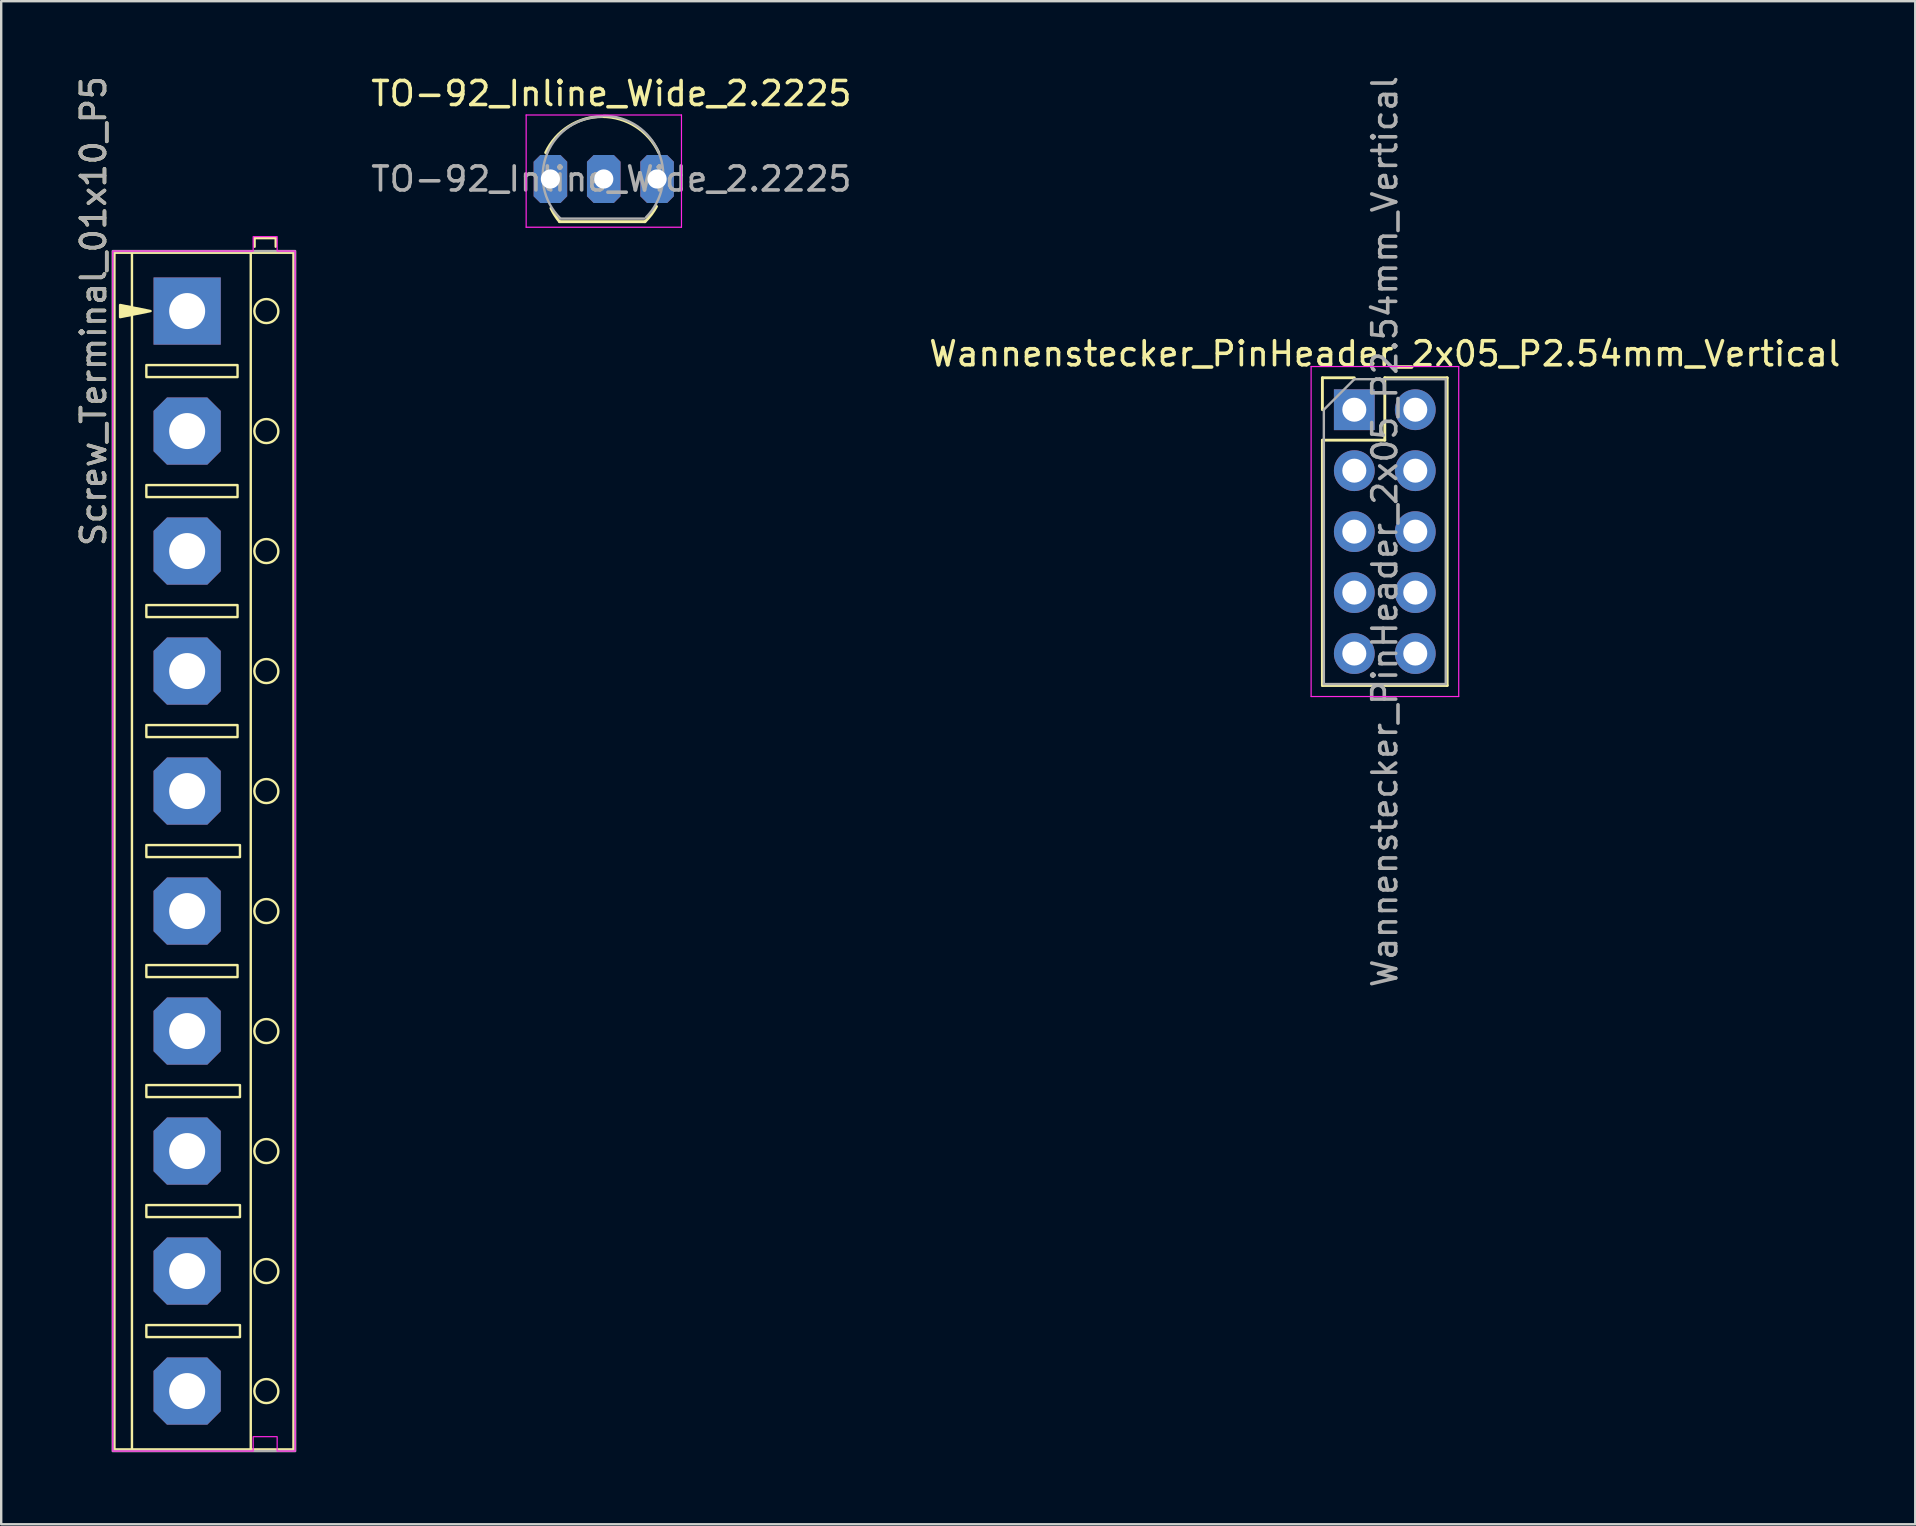
<source format=kicad_pcb>
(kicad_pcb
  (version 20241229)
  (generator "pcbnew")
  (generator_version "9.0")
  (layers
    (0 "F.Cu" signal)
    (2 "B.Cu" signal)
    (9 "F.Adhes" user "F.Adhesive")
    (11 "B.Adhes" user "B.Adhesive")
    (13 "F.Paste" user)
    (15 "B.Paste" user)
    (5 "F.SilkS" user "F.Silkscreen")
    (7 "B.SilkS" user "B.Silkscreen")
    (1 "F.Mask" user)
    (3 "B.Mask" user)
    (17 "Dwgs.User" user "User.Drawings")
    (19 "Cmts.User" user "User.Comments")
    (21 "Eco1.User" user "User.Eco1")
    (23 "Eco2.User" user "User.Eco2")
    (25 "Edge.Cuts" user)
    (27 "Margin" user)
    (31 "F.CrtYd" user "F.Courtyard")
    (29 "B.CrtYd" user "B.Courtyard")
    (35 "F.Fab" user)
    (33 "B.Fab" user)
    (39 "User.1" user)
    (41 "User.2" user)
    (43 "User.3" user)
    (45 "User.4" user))
  (footprint "TO-92_Inline_Wide_2.2225"
    (layer "F.Cu")
    (at 19.883 4.408)
    (property "Reference" "TO-92_Inline_Wide_2.2225" (at 2.54 -3.56 0) (layer "F.SilkS") (effects (font (size 1 1) (thickness 0.15))))
    (attr through_hole)
    (fp_line (start 0.381 1.778) (end 3.939 1.778) (stroke (width 0.12) (type solid)) (layer "F.SilkS"))
    (fp_arc (start -0.197421 -1.098807) (mid 0.762 -2.192817) (end 2.158979 -2.6) (stroke (width 0.12) (type solid)) (layer "F.SilkS"))
    (fp_arc (start 0.381001 1.777999) (mid 0.184512 1.508057) (end 0.02159 1.216624) (stroke (width 0.12) (type solid)) (layer "F.SilkS"))
    (fp_arc (start 2.158979 -2.6) (mid 3.555958 -2.192818) (end 4.515379 -1.098807) (stroke (width 0.12) (type solid)) (layer "F.SilkS"))
    (fp_arc (start 4.42128 1.143) (mid 4.204508 1.48031) (end 3.93918 1.780924) (stroke (width 0.12) (type solid)) (layer "F.SilkS"))
    (fp_line (start -1.01 -2.667) (end -1.01 2.01) (stroke (width 0.05) (type solid)) (layer "F.CrtYd"))
    (fp_line (start -1.01 -2.667) (end 5.461 -2.667) (stroke (width 0.05) (type solid)) (layer "F.CrtYd"))
    (fp_line (start 5.461 2.01) (end -1.01 2.01) (stroke (width 0.05) (type solid)) (layer "F.CrtYd"))
    (fp_line (start 5.461 2.01) (end 5.461 -2.667) (stroke (width 0.05) (type solid)) (layer "F.CrtYd"))
    (fp_line (start 0.409 1.651) (end 3.909 1.651) (stroke (width 0.1) (type solid)) (layer "F.Fab"))
    (fp_arc (start 0.405354 1.633625) (mid -0.132242 -1.069055) (end 2.158979 -2.6) (stroke (width 0.1) (type solid)) (layer "F.Fab"))
    (fp_arc (start 2.224158 -2.629752) (mid 4.515379 -1.098807) (end 3.977783 1.603873) (stroke (width 0.1) (type solid)) (layer "F.Fab"))
    (fp_text user "${REFERENCE}" (at 2.54 0 0) (layer "F.Fab") (effects (font (size 1 1) (thickness 0.15))))
    (pad "1" thru_hole roundrect (at 0 0) (size 1.4 2) (drill 0.8) (layers "*.Cu" "*.Mask") (roundrect_rratio 0) (chamfer_ratio 0.2) (chamfer top_left top_right bottom_left bottom_right))
    (pad "2" thru_hole roundrect (at 2.223 0) (size 1.4 2) (drill 0.8) (layers "*.Cu" "*.Mask") (roundrect_rratio 0) (chamfer_ratio 0.2) (chamfer top_left top_right bottom_left bottom_right))
    (pad "3" thru_hole roundrect (at 4.445 0) (size 1.4 2) (drill 0.8) (layers "*.Cu" "*.Mask") (roundrect_rratio 0) (chamfer_ratio 0.2) (chamfer top_left top_right bottom_left bottom_right)))
  (footprint "Screw_Terminal_01x10_P5"
    (layer "F.Cu")
    (at 4.748 9.911)
    (property "Reference" "Screw_Terminal_01x10_P5" (at -3.9 0 90) (layer "F.SilkS") (effects (font (size 1 1) (thickness 0.15))))
    (attr through_hole)
    (fp_line (start -2.3 -2.44) (end -2.3 47.44) (stroke (width 0.1) (type default)) (layer "F.SilkS"))
    (fp_line (start 2.65 -2.44) (end 2.65 47.44) (stroke (width 0.1) (type default)) (layer "F.SilkS"))
    (fp_line (start 2.81 -3.04) (end 2.81 -2.68) (stroke (width 0.1) (type default)) (layer "F.SilkS"))
    (fp_line (start 2.81 -3.04) (end 3.69 -3.04) (stroke (width 0.1) (type default)) (layer "F.SilkS"))
    (fp_line (start 3.69 -3.04) (end 3.69 -2.68) (stroke (width 0.1) (type default)) (layer "F.SilkS"))
    (fp_rect (start -3.04 -2.44) (end 4.44 47.44) (stroke (width 0.12) (type default)) (fill no) (layer "F.SilkS"))
    (fp_rect (start -1.7 2.25) (end 2.1 2.75) (stroke (width 0.1) (type default)) (fill no) (layer "F.SilkS"))
    (fp_rect (start -1.7 7.25) (end 2.1 7.75) (stroke (width 0.1) (type default)) (fill no) (layer "F.SilkS"))
    (fp_rect (start -1.7 12.25) (end 2.1 12.75) (stroke (width 0.1) (type default)) (fill no) (layer "F.SilkS"))
    (fp_rect (start -1.7 17.25) (end 2.1 17.75) (stroke (width 0.1) (type default)) (fill no) (layer "F.SilkS"))
    (fp_rect (start -1.7 22.25) (end 2.2 22.75) (stroke (width 0.1) (type default)) (fill no) (layer "F.SilkS"))
    (fp_rect (start -1.7 27.25) (end 2.1 27.75) (stroke (width 0.1) (type default)) (fill no) (layer "F.SilkS"))
    (fp_rect (start -1.7 32.25) (end 2.2 32.75) (stroke (width 0.1) (type default)) (fill no) (layer "F.SilkS"))
    (fp_rect (start -1.7 37.25) (end 2.2 37.75) (stroke (width 0.1) (type default)) (fill no) (layer "F.SilkS"))
    (fp_rect (start -1.7 42.25) (end 2.2 42.75) (stroke (width 0.1) (type default)) (fill no) (layer "F.SilkS"))
    (fp_circle (center 3.3 0) (end 3.8 0) (stroke (width 0.1) (type default)) (fill no) (layer "F.SilkS"))
    (fp_circle (center 3.3 5) (end 3.8 5) (stroke (width 0.1) (type default)) (fill no) (layer "F.SilkS"))
    (fp_circle (center 3.3 10) (end 3.8 10) (stroke (width 0.1) (type default)) (fill no) (layer "F.SilkS"))
    (fp_circle (center 3.3 15) (end 3.8 15) (stroke (width 0.1) (type default)) (fill no) (layer "F.SilkS"))
    (fp_circle (center 3.3 20) (end 3.8 20) (stroke (width 0.1) (type default)) (fill no) (layer "F.SilkS"))
    (fp_circle (center 3.3 25) (end 3.8 25) (stroke (width 0.1) (type default)) (fill no) (layer "F.SilkS"))
    (fp_circle (center 3.3 30) (end 3.8 30) (stroke (width 0.1) (type default)) (fill no) (layer "F.SilkS"))
    (fp_circle (center 3.3 35) (end 3.8 35) (stroke (width 0.1) (type default)) (fill no) (layer "F.SilkS"))
    (fp_circle (center 3.3 40) (end 3.8 40) (stroke (width 0.1) (type default)) (fill no) (layer "F.SilkS"))
    (fp_circle (center 3.3 45) (end 3.8 45) (stroke (width 0.1) (type default)) (fill no) (layer "F.SilkS"))
    (fp_poly (pts (xy -2.794 -0.254) (xy -1.524 0) (xy -2.794 0.254)) (stroke (width 0.1) (type solid)) (fill yes) (layer "F.SilkS"))
    (fp_poly (pts (xy -3.1 47.5) (xy -3.1 -2.5) (xy 2.75 -2.5) (xy 2.75 -3.1) (xy 3.75 -3.1) (xy 3.75 -2.5) (xy 4.5 -2.5) (xy 4.5 47.5) (xy 3.75 47.5) (xy 3.75 46.9) (xy 2.75 46.9) (xy 2.75 47.5)) (stroke (width 0.05) (type solid)) (fill no) (layer "F.CrtYd"))
    (fp_rect (start -3.1 -2.5) (end 4.5 47.5) (stroke (width 0.1) (type default)) (fill no) (layer "F.Fab"))
    (fp_text user "${REFERENCE}" (at -3.9 0 90) (layer "F.Fab") (effects (font (size 1 1) (thickness 0.15))))
    (pad "1" thru_hole rect (at 0 0) (size 2.8 2.8) (drill 1.5) (layers "*.Cu" "*.Mask"))
    (pad "2" thru_hole roundrect (at 0 5) (size 2.8 2.8) (drill 1.5) (layers "*.Cu" "*.Mask") (roundrect_rratio 0) (chamfer_ratio 0.2) (chamfer top_left top_right bottom_left bottom_right))
    (pad "3" thru_hole roundrect (at 0 10) (size 2.8 2.8) (drill 1.5) (layers "*.Cu" "*.Mask") (roundrect_rratio 0) (chamfer_ratio 0.2) (chamfer top_left top_right bottom_left bottom_right))
    (pad "4" thru_hole roundrect (at 0 15) (size 2.8 2.8) (drill 1.5) (layers "*.Cu" "*.Mask") (roundrect_rratio 0) (chamfer_ratio 0.2) (chamfer top_left top_right bottom_left bottom_right))
    (pad "5" thru_hole roundrect (at 0 20) (size 2.8 2.8) (drill 1.5) (layers "*.Cu" "*.Mask") (roundrect_rratio 0) (chamfer_ratio 0.2) (chamfer top_left top_right bottom_left bottom_right))
    (pad "6" thru_hole roundrect (at 0 25) (size 2.8 2.8) (drill 1.5) (layers "*.Cu" "*.Mask") (roundrect_rratio 0) (chamfer_ratio 0.2) (chamfer top_left top_right bottom_left bottom_right))
    (pad "7" thru_hole roundrect (at 0 30) (size 2.8 2.8) (drill 1.5) (layers "*.Cu" "*.Mask") (roundrect_rratio 0) (chamfer_ratio 0.2) (chamfer top_left top_right bottom_left bottom_right))
    (pad "8" thru_hole roundrect (at 0 35) (size 2.8 2.8) (drill 1.5) (layers "*.Cu" "*.Mask") (roundrect_rratio 0) (chamfer_ratio 0.2) (chamfer top_left top_right bottom_left bottom_right))
    (pad "9" thru_hole roundrect (at 0 40) (size 2.8 2.8) (drill 1.5) (layers "*.Cu" "*.Mask") (roundrect_rratio 0) (chamfer_ratio 0.2) (chamfer top_left top_right bottom_left bottom_right))
    (pad "10" thru_hole roundrect (at 0 45) (size 2.8 2.8) (drill 1.5) (layers "*.Cu" "*.Mask") (roundrect_rratio 0) (chamfer_ratio 0.2) (chamfer top_left top_right bottom_left bottom_right)))
  (footprint "Wannenstecker_PinHeader_2x05_P2.54mm_Vertical"
    (layer "F.Cu")
    (at 53.379 14.021)
    (property "Reference" "Wannenstecker_PinHeader_2x05_P2.54mm_Vertical" (at 1.27 -2.33 0) (layer "F.SilkS") (effects (font (size 1 1) (thickness 0.15))))
    (attr through_hole)
    (fp_line (start -1.33 -1.33) (end 0 -1.33) (stroke (width 0.12) (type solid)) (layer "F.SilkS"))
    (fp_line (start -1.33 0) (end -1.33 -1.33) (stroke (width 0.12) (type solid)) (layer "F.SilkS"))
    (fp_line (start -1.33 1.27) (end -1.33 11.49) (stroke (width 0.12) (type solid)) (layer "F.SilkS"))
    (fp_line (start -1.33 1.27) (end 1.27 1.27) (stroke (width 0.12) (type solid)) (layer "F.SilkS"))
    (fp_line (start -1.33 11.49) (end 3.87 11.49) (stroke (width 0.12) (type solid)) (layer "F.SilkS"))
    (fp_line (start 1.27 -1.33) (end 3.87 -1.33) (stroke (width 0.12) (type solid)) (layer "F.SilkS"))
    (fp_line (start 1.27 1.27) (end 1.27 -1.33) (stroke (width 0.12) (type solid)) (layer "F.SilkS"))
    (fp_line (start 3.87 -1.33) (end 3.87 11.49) (stroke (width 0.12) (type solid)) (layer "F.SilkS"))
    (fp_line (start -1.8 -1.8) (end -1.8 11.95) (stroke (width 0.05) (type solid)) (layer "F.CrtYd"))
    (fp_line (start -1.8 11.95) (end 4.35 11.95) (stroke (width 0.05) (type solid)) (layer "F.CrtYd"))
    (fp_line (start 4.35 -1.8) (end -1.8 -1.8) (stroke (width 0.05) (type solid)) (layer "F.CrtYd"))
    (fp_line (start 4.35 11.95) (end 4.35 -1.8) (stroke (width 0.05) (type solid)) (layer "F.CrtYd"))
    (fp_line (start -1.27 0) (end 0 -1.27) (stroke (width 0.1) (type solid)) (layer "F.Fab"))
    (fp_line (start -1.27 11.43) (end -1.27 0) (stroke (width 0.1) (type solid)) (layer "F.Fab"))
    (fp_line (start 0 -1.27) (end 3.81 -1.27) (stroke (width 0.1) (type solid)) (layer "F.Fab"))
    (fp_line (start 3.81 -1.27) (end 3.81 11.43) (stroke (width 0.1) (type solid)) (layer "F.Fab"))
    (fp_line (start 3.81 11.43) (end -1.27 11.43) (stroke (width 0.1) (type solid)) (layer "F.Fab"))
    (fp_text user "${REFERENCE}" (at 1.27 5.08 90) (layer "F.Fab") (effects (font (size 1 1) (thickness 0.15))))
    (pad "1" thru_hole rect (at 0 0) (size 1.7 1.7) (drill 1) (layers "*.Cu" "*.Mask"))
    (pad "2" thru_hole oval (at 2.54 0) (size 1.7 1.7) (drill 1) (layers "*.Cu" "*.Mask"))
    (pad "3" thru_hole oval (at 0 2.54) (size 1.7 1.7) (drill 1) (layers "*.Cu" "*.Mask"))
    (pad "4" thru_hole oval (at 2.54 2.54) (size 1.7 1.7) (drill 1) (layers "*.Cu" "*.Mask"))
    (pad "5" thru_hole oval (at 0 5.08) (size 1.7 1.7) (drill 1) (layers "*.Cu" "*.Mask"))
    (pad "6" thru_hole oval (at 2.54 5.08) (size 1.7 1.7) (drill 1) (layers "*.Cu" "*.Mask"))
    (pad "7" thru_hole oval (at 0 7.62) (size 1.7 1.7) (drill 1) (layers "*.Cu" "*.Mask"))
    (pad "8" thru_hole oval (at 2.54 7.62) (size 1.7 1.7) (drill 1) (layers "*.Cu" "*.Mask"))
    (pad "9" thru_hole oval (at 0 10.16) (size 1.7 1.7) (drill 1) (layers "*.Cu" "*.Mask"))
    (pad "10" thru_hole oval (at 2.54 10.16) (size 1.7 1.7) (drill 1) (layers "*.Cu" "*.Mask")))
  (gr_rect
    (start -3 -3)
    (end 76.751 60.461)
    (stroke (width 0.1) (type default))
    (fill no)
    (layer "Edge.Cuts")))
</source>
